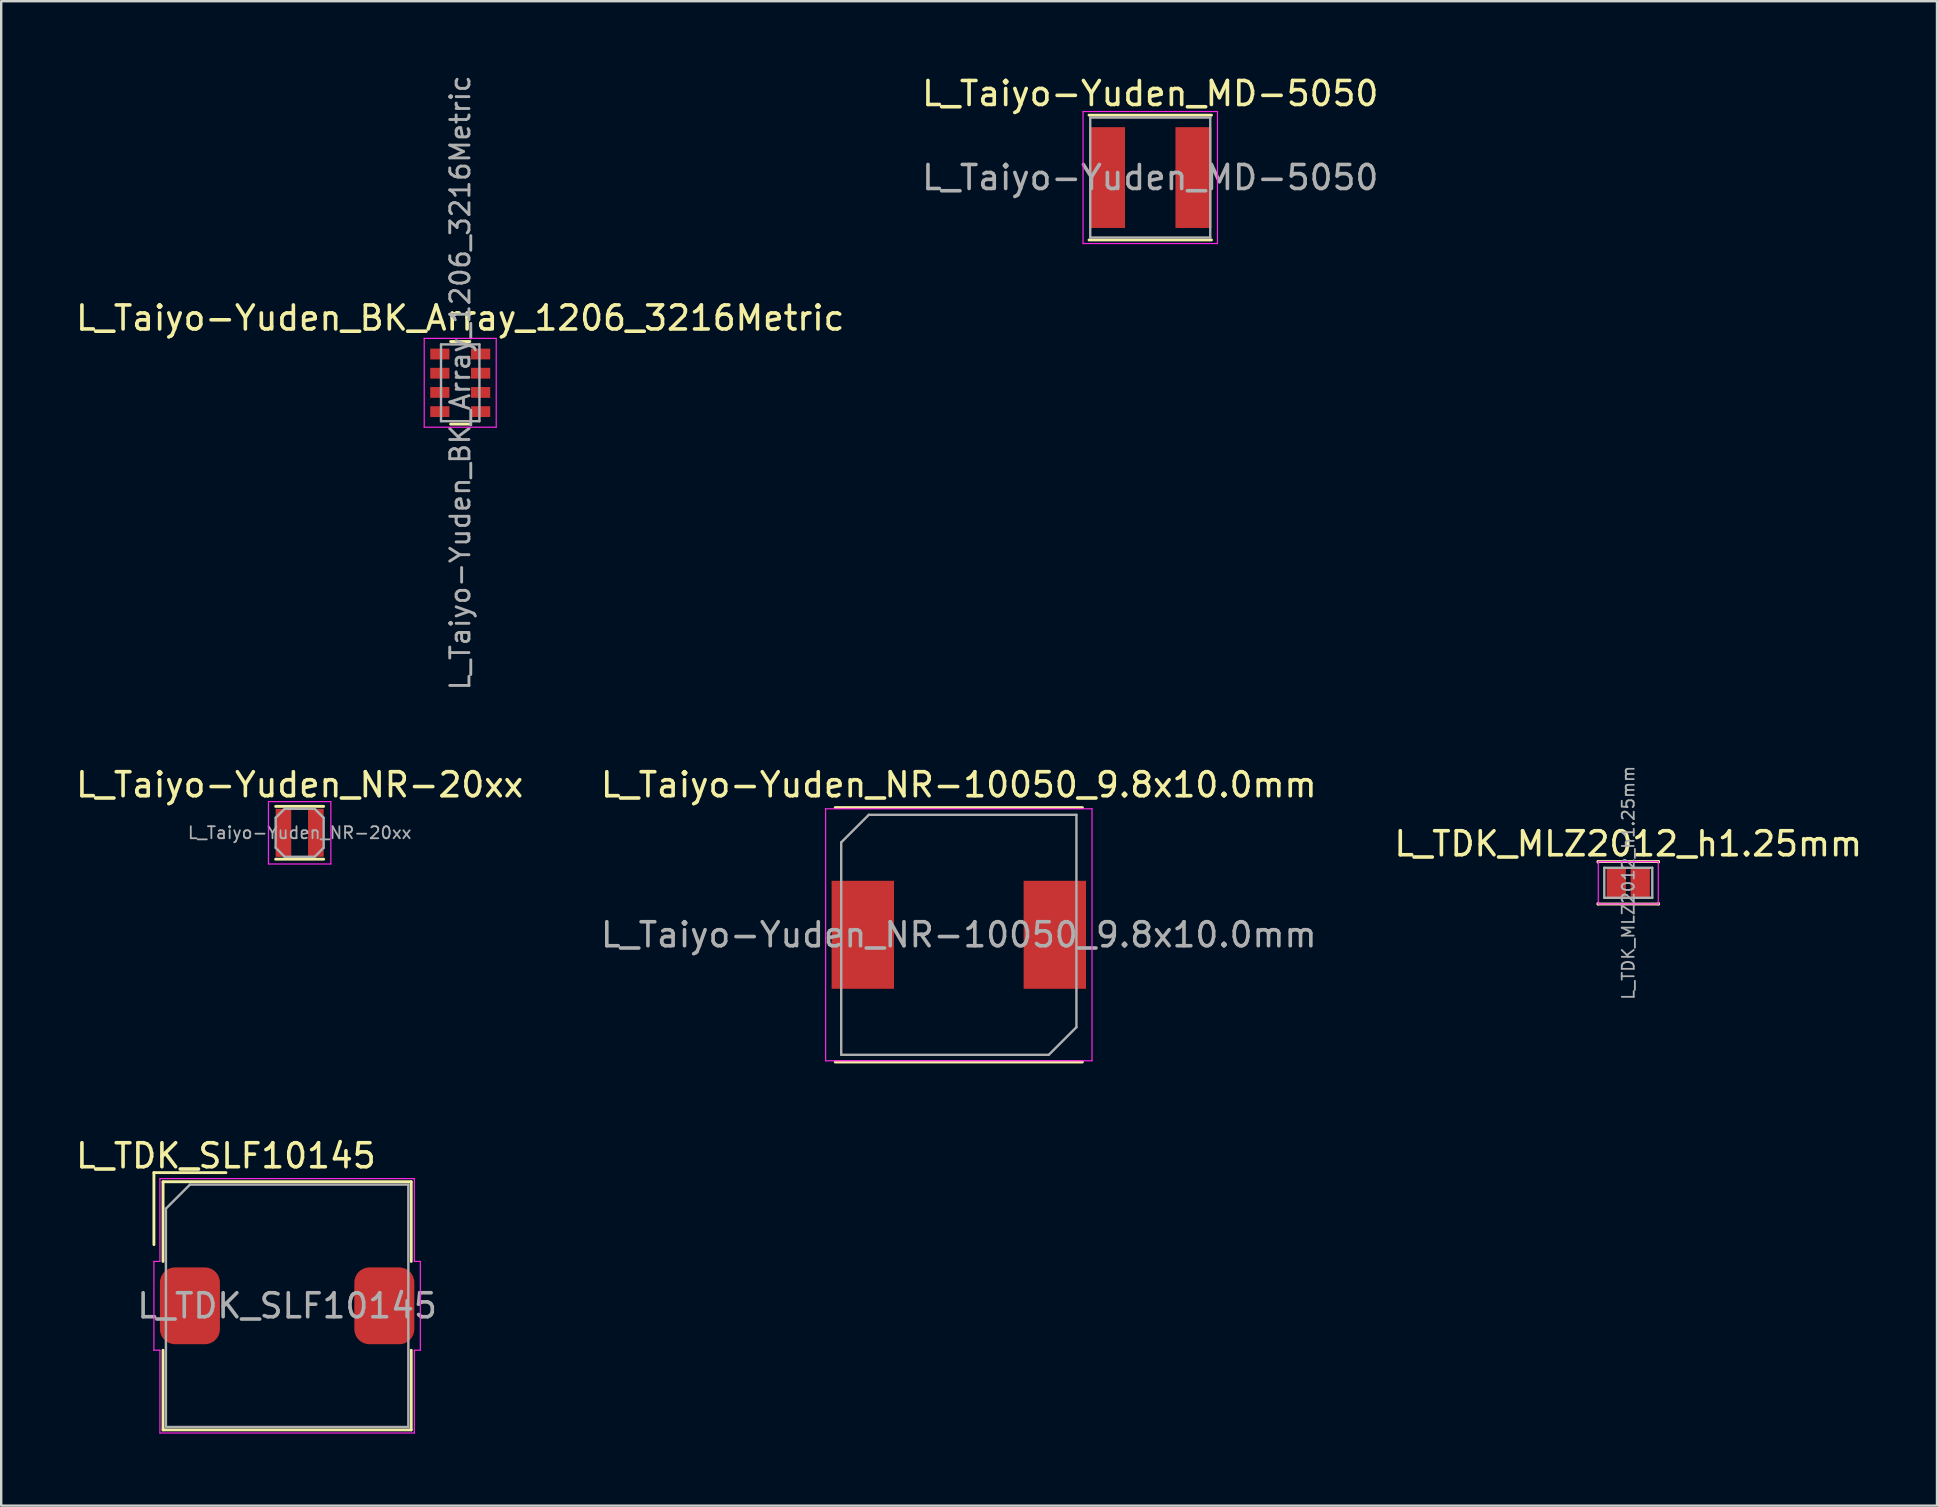
<source format=kicad_pcb>
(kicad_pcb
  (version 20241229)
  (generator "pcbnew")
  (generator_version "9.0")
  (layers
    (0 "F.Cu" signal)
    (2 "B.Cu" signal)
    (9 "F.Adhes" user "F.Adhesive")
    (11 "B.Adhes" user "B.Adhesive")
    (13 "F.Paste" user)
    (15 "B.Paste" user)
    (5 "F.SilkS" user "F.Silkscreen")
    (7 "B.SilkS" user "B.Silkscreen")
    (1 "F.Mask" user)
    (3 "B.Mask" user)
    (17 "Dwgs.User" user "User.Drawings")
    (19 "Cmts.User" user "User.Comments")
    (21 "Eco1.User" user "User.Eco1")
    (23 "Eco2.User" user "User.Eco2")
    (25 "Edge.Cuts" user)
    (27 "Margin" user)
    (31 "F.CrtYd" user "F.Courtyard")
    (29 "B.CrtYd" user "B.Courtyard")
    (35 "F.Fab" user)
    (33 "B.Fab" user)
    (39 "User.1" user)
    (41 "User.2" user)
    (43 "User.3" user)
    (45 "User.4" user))
  (footprint "L_Taiyo-Yuden_NR-10050_9.8x10.0mm"
    (layer "F.Cu")
    (at 36.899 35.898)
    (property "Reference" "L_Taiyo-Yuden_NR-10050_9.8x10.0mm" (at 0 -6.25 0) (layer "F.SilkS") (effects (font (size 1 1) (thickness 0.15))))
    (attr smd)
    (fp_line (start -5.15 -5.3) (end 5.15 -5.3) (stroke (width 0.12) (type solid)) (layer "F.SilkS"))
    (fp_line (start -5.15 5.3) (end 5.15 5.3) (stroke (width 0.12) (type solid)) (layer "F.SilkS"))
    (fp_line (start -5.55 -5.25) (end -5.55 5.25) (stroke (width 0.05) (type solid)) (layer "F.CrtYd"))
    (fp_line (start -5.55 5.25) (end 5.55 5.25) (stroke (width 0.05) (type solid)) (layer "F.CrtYd"))
    (fp_line (start 5.55 -5.25) (end -5.55 -5.25) (stroke (width 0.05) (type solid)) (layer "F.CrtYd"))
    (fp_line (start 5.55 5.25) (end 5.55 -5.25) (stroke (width 0.05) (type solid)) (layer "F.CrtYd"))
    (fp_line (start -4.9 -3.85) (end -4.9 5) (stroke (width 0.1) (type solid)) (layer "F.Fab"))
    (fp_line (start -4.9 -3.85) (end -3.75 -5) (stroke (width 0.1) (type solid)) (layer "F.Fab"))
    (fp_line (start -4.9 5) (end 3.75 5) (stroke (width 0.1) (type solid)) (layer "F.Fab"))
    (fp_line (start 3.75 5) (end 4.9 3.85) (stroke (width 0.1) (type solid)) (layer "F.Fab"))
    (fp_line (start 4.9 -5) (end -3.75 -5) (stroke (width 0.1) (type solid)) (layer "F.Fab"))
    (fp_line (start 4.9 3.85) (end 4.9 -5) (stroke (width 0.1) (type solid)) (layer "F.Fab"))
    (fp_text user "${REFERENCE}" (at 0 0 0) (layer "F.Fab") (effects (font (size 1 1) (thickness 0.15))))
    (pad "1" smd rect (at -4 0) (size 2.6 4.5) (layers "F.Cu" "F.Mask" "F.Paste"))
    (pad "2" smd rect (at 4 0) (size 2.6 4.5) (layers "F.Cu" "F.Mask" "F.Paste")))
  (footprint "L_Taiyo-Yuden_BK_Array_1206_3216Metric"
    (layer "F.Cu")
    (at 16.125 12.9)
    (property "Reference" "L_Taiyo-Yuden_BK_Array_1206_3216Metric" (at 0 -2.7 0) (layer "F.SilkS") (effects (font (size 1 1) (thickness 0.15))))
    (attr smd)
    (fp_line (start -0.4 -1.72) (end 0.4 -1.72) (stroke (width 0.12) (type solid)) (layer "F.SilkS"))
    (fp_line (start -0.4 1.72) (end 0.4 1.72) (stroke (width 0.12) (type solid)) (layer "F.SilkS"))
    (fp_line (start -1.5 -1.85) (end 1.5 -1.85) (stroke (width 0.05) (type solid)) (layer "F.CrtYd"))
    (fp_line (start -1.5 1.85) (end -1.5 -1.85) (stroke (width 0.05) (type solid)) (layer "F.CrtYd"))
    (fp_line (start 1.5 -1.85) (end 1.5 1.85) (stroke (width 0.05) (type solid)) (layer "F.CrtYd"))
    (fp_line (start 1.5 1.85) (end -1.5 1.85) (stroke (width 0.05) (type solid)) (layer "F.CrtYd"))
    (fp_line (start -0.8 -1.6) (end 0.8 -1.6) (stroke (width 0.1) (type solid)) (layer "F.Fab"))
    (fp_line (start -0.8 1.6) (end -0.8 -1.6) (stroke (width 0.1) (type solid)) (layer "F.Fab"))
    (fp_line (start 0.8 -1.6) (end 0.8 1.6) (stroke (width 0.1) (type solid)) (layer "F.Fab"))
    (fp_line (start 0.8 1.6) (end -0.8 1.6) (stroke (width 0.1) (type solid)) (layer "F.Fab"))
    (fp_text user "${REFERENCE}" (at 0 0 90) (layer "F.Fab") (effects (font (size 0.8 0.8) (thickness 0.12))))
    (pad "1" smd rect (at -0.85 -1.2) (size 0.8 0.45) (layers "F.Cu" "F.Mask" "F.Paste"))
    (pad "2" smd rect (at -0.85 -0.4) (size 0.8 0.45) (layers "F.Cu" "F.Mask" "F.Paste"))
    (pad "3" smd rect (at -0.85 0.4) (size 0.8 0.45) (layers "F.Cu" "F.Mask" "F.Paste"))
    (pad "4" smd rect (at -0.85 1.2) (size 0.8 0.45) (layers "F.Cu" "F.Mask" "F.Paste"))
    (pad "5" smd rect (at 0.85 1.2) (size 0.8 0.45) (layers "F.Cu" "F.Mask" "F.Paste"))
    (pad "6" smd rect (at 0.85 0.4) (size 0.8 0.45) (layers "F.Cu" "F.Mask" "F.Paste"))
    (pad "7" smd rect (at 0.85 -0.4) (size 0.8 0.45) (layers "F.Cu" "F.Mask" "F.Paste"))
    (pad "8" smd rect (at 0.85 -1.2) (size 0.8 0.45) (layers "F.Cu" "F.Mask" "F.Paste")))
  (footprint "L_Taiyo-Yuden_NR-20xx"
    (layer "F.Cu")
    (at 9.435 31.648)
    (property "Reference" "L_Taiyo-Yuden_NR-20xx" (at 0 -2 0) (layer "F.SilkS") (effects (font (size 1 1) (thickness 0.15))))
    (attr smd)
    (fp_line (start -1 -1.1) (end 1 -1.1) (stroke (width 0.12) (type solid)) (layer "F.SilkS"))
    (fp_line (start -1 1.1) (end 1 1.1) (stroke (width 0.12) (type solid)) (layer "F.SilkS"))
    (fp_line (start -1.3 -1.3) (end -1.3 1.3) (stroke (width 0.05) (type solid)) (layer "F.CrtYd"))
    (fp_line (start -1.3 1.3) (end 1.3 1.3) (stroke (width 0.05) (type solid)) (layer "F.CrtYd"))
    (fp_line (start 1.3 -1.3) (end -1.3 -1.3) (stroke (width 0.05) (type solid)) (layer "F.CrtYd"))
    (fp_line (start 1.3 1.3) (end 1.3 -1.3) (stroke (width 0.05) (type solid)) (layer "F.CrtYd"))
    (fp_line (start -1 -0.625) (end -1 0.625) (stroke (width 0.1) (type solid)) (layer "F.Fab"))
    (fp_line (start -1 -0.625) (end -0.625 -1) (stroke (width 0.1) (type solid)) (layer "F.Fab"))
    (fp_line (start -1 0.625) (end -0.625 1) (stroke (width 0.1) (type solid)) (layer "F.Fab"))
    (fp_line (start -0.625 -1) (end 0.625 -1) (stroke (width 0.1) (type solid)) (layer "F.Fab"))
    (fp_line (start -0.625 1) (end 0.625 1) (stroke (width 0.1) (type solid)) (layer "F.Fab"))
    (fp_line (start 1 -0.625) (end 0.625 -1) (stroke (width 0.1) (type solid)) (layer "F.Fab"))
    (fp_line (start 1 0.625) (end 0.625 1) (stroke (width 0.1) (type solid)) (layer "F.Fab"))
    (fp_line (start 1 0.625) (end 1 -0.625) (stroke (width 0.1) (type solid)) (layer "F.Fab"))
    (fp_text user "${REFERENCE}" (at 0 0 0) (layer "F.Fab") (effects (font (size 0.5 0.5) (thickness 0.075))))
    (pad "1" smd rect (at -0.675 0) (size 0.65 2) (layers "F.Cu" "F.Mask" "F.Paste"))
    (pad "2" smd rect (at 0.675 0) (size 0.65 2) (layers "F.Cu" "F.Mask" "F.Paste")))
  (footprint "L_TDK_SLF10145"
    (layer "F.Cu")
    (at 8.913 51.357)
    (property "Reference" "L_TDK_SLF10145" (at -2.55 -6.25 0) (layer "F.SilkS") (effects (font (size 1 1) (thickness 0.15))))
    (attr smd)
    (fp_line (start -5.55 -5.55) (end -2.55 -5.55) (stroke (width 0.12) (type solid)) (layer "F.SilkS"))
    (fp_line (start -5.55 -2.55) (end -5.55 -5.55) (stroke (width 0.12) (type solid)) (layer "F.SilkS"))
    (fp_line (start -5.17 -5.17) (end -5.17 -1.85) (stroke (width 0.12) (type solid)) (layer "F.SilkS"))
    (fp_line (start -5.17 -5.17) (end 5.17 -5.17) (stroke (width 0.12) (type solid)) (layer "F.SilkS"))
    (fp_line (start -5.17 1.85) (end -5.17 5.17) (stroke (width 0.12) (type solid)) (layer "F.SilkS"))
    (fp_line (start -5.17 5.17) (end 5.17 5.17) (stroke (width 0.12) (type solid)) (layer "F.SilkS"))
    (fp_line (start 5.17 -5.17) (end 5.17 -1.85) (stroke (width 0.12) (type solid)) (layer "F.SilkS"))
    (fp_line (start 5.17 1.85) (end 5.17 5.17) (stroke (width 0.12) (type solid)) (layer "F.SilkS"))
    (fp_line (start -5.55 -1.85) (end -5.55 1.85) (stroke (width 0.05) (type solid)) (layer "F.CrtYd"))
    (fp_line (start -5.55 1.85) (end -5.3 1.85) (stroke (width 0.05) (type solid)) (layer "F.CrtYd"))
    (fp_line (start -5.3 -5.3) (end -5.3 -1.85) (stroke (width 0.05) (type solid)) (layer "F.CrtYd"))
    (fp_line (start -5.3 -5.3) (end 5.3 -5.3) (stroke (width 0.05) (type solid)) (layer "F.CrtYd"))
    (fp_line (start -5.3 -1.85) (end -5.55 -1.85) (stroke (width 0.05) (type solid)) (layer "F.CrtYd"))
    (fp_line (start -5.3 1.85) (end -5.3 5.3) (stroke (width 0.05) (type solid)) (layer "F.CrtYd"))
    (fp_line (start -5.3 5.3) (end 5.3 5.3) (stroke (width 0.05) (type solid)) (layer "F.CrtYd"))
    (fp_line (start 5.3 -5.3) (end 5.3 -1.85) (stroke (width 0.05) (type solid)) (layer "F.CrtYd"))
    (fp_line (start 5.3 -1.85) (end 5.55 -1.85) (stroke (width 0.05) (type solid)) (layer "F.CrtYd"))
    (fp_line (start 5.3 1.85) (end 5.3 5.3) (stroke (width 0.05) (type solid)) (layer "F.CrtYd"))
    (fp_line (start 5.55 -1.85) (end 5.55 1.85) (stroke (width 0.05) (type solid)) (layer "F.CrtYd"))
    (fp_line (start 5.55 1.85) (end 5.3 1.85) (stroke (width 0.05) (type solid)) (layer "F.CrtYd"))
    (fp_line (start -5.05 -4.05) (end -4.05 -5.05) (stroke (width 0.1) (type solid)) (layer "F.Fab"))
    (fp_line (start -5.05 5.05) (end -5.05 -4.05) (stroke (width 0.1) (type solid)) (layer "F.Fab"))
    (fp_line (start -4.05 -5.05) (end 5.05 -5.05) (stroke (width 0.1) (type solid)) (layer "F.Fab"))
    (fp_line (start 5.05 -5.05) (end 5.05 5.05) (stroke (width 0.1) (type solid)) (layer "F.Fab"))
    (fp_line (start 5.05 5.05) (end -5.05 5.05) (stroke (width 0.1) (type solid)) (layer "F.Fab"))
    (fp_text user "${REFERENCE}" (at 0 0 0) (layer "F.Fab") (effects (font (size 1 1) (thickness 0.15))))
    (pad "1" smd roundrect (at -4.05 0) (size 2.5 3.2) (layers "F.Cu" "F.Mask" "F.Paste") (roundrect_rratio 0.25))
    (pad "2" smd roundrect (at 4.05 0) (size 2.5 3.2) (layers "F.Cu" "F.Mask" "F.Paste") (roundrect_rratio 0.25)))
  (footprint "L_Taiyo-Yuden_MD-5050"
    (layer "F.Cu")
    (at 44.875 4.348)
    (property "Reference" "L_Taiyo-Yuden_MD-5050" (at 0 -3.5 0) (layer "F.SilkS") (effects (font (size 1 1) (thickness 0.15))))
    (attr smd)
    (fp_line (start -2.55 -2.6) (end 2.55 -2.6) (stroke (width 0.12) (type solid)) (layer "F.SilkS"))
    (fp_line (start -2.55 2.6) (end 2.55 2.6) (stroke (width 0.12) (type solid)) (layer "F.SilkS"))
    (fp_line (start -2.8 -2.75) (end -2.8 2.75) (stroke (width 0.05) (type solid)) (layer "F.CrtYd"))
    (fp_line (start -2.8 2.75) (end 2.8 2.75) (stroke (width 0.05) (type solid)) (layer "F.CrtYd"))
    (fp_line (start 2.8 -2.75) (end -2.8 -2.75) (stroke (width 0.05) (type solid)) (layer "F.CrtYd"))
    (fp_line (start 2.8 2.75) (end 2.8 -2.75) (stroke (width 0.05) (type solid)) (layer "F.CrtYd"))
    (fp_line (start -2.5 -2.5) (end -2.5 2.5) (stroke (width 0.1) (type solid)) (layer "F.Fab"))
    (fp_line (start -2.5 2.5) (end 2.5 2.5) (stroke (width 0.1) (type solid)) (layer "F.Fab"))
    (fp_line (start 2.5 -2.5) (end -2.5 -2.5) (stroke (width 0.1) (type solid)) (layer "F.Fab"))
    (fp_line (start 2.5 2.5) (end 2.5 -2.5) (stroke (width 0.1) (type solid)) (layer "F.Fab"))
    (fp_text user "${REFERENCE}" (at 0 0 0) (layer "F.Fab") (effects (font (size 1 1) (thickness 0.15))))
    (pad "1" smd rect (at -1.8 0) (size 1.5 4.2) (layers "F.Cu" "F.Mask" "F.Paste"))
    (pad "2" smd rect (at 1.8 0) (size 1.5 4.2) (layers "F.Cu" "F.Mask" "F.Paste")))
  (footprint "L_TDK_MLZ2012_h1.25mm"
    (layer "F.Cu")
    (at 64.792 33.732)
    (property "Reference" "L_TDK_MLZ2012_h1.25mm" (at 0 -1.625 0) (layer "F.SilkS") (effects (font (size 1 1) (thickness 0.15))))
    (attr smd)
    (fp_line (start -1.26 -0.885) (end -1.26 -0.86) (stroke (width 0.12) (type solid)) (layer "F.SilkS"))
    (fp_line (start -1.26 -0.885) (end 1.26 -0.885) (stroke (width 0.12) (type solid)) (layer "F.SilkS"))
    (fp_line (start -1.26 0.885) (end -1.26 0.86) (stroke (width 0.12) (type solid)) (layer "F.SilkS"))
    (fp_line (start -1.26 0.885) (end 1.26 0.885) (stroke (width 0.12) (type solid)) (layer "F.SilkS"))
    (fp_line (start 1.26 -0.885) (end 1.26 -0.86) (stroke (width 0.12) (type solid)) (layer "F.SilkS"))
    (fp_line (start 1.26 0.885) (end 1.26 0.86) (stroke (width 0.12) (type solid)) (layer "F.SilkS"))
    (fp_line (start -1.25 -0.88) (end -1.25 0.88) (stroke (width 0.05) (type solid)) (layer "F.CrtYd"))
    (fp_line (start -1.25 0.88) (end 1.25 0.88) (stroke (width 0.05) (type solid)) (layer "F.CrtYd"))
    (fp_line (start 1.25 -0.88) (end -1.25 -0.88) (stroke (width 0.05) (type solid)) (layer "F.CrtYd"))
    (fp_line (start 1.25 0.88) (end 1.25 -0.88) (stroke (width 0.05) (type solid)) (layer "F.CrtYd"))
    (fp_line (start -1 -0.625) (end -1 0.625) (stroke (width 0.1) (type solid)) (layer "F.Fab"))
    (fp_line (start -1 0.625) (end 1 0.625) (stroke (width 0.1) (type solid)) (layer "F.Fab"))
    (fp_line (start 1 -0.625) (end -1 -0.625) (stroke (width 0.1) (type solid)) (layer "F.Fab"))
    (fp_line (start 1 0.625) (end 1 -0.625) (stroke (width 0.1) (type solid)) (layer "F.Fab"))
    (fp_text user "${REFERENCE}" (at 0 0 90) (layer "F.Fab") (effects (font (size 0.5 0.5) (thickness 0.075))))
    (pad "1" smd rect (at -0.5 0) (size 0.8 1.2) (layers "F.Cu" "F.Mask" "F.Paste"))
    (pad "2" smd rect (at 0.5 0) (size 0.8 1.2) (layers "F.Cu" "F.Mask" "F.Paste")))
  (gr_rect
    (start -3 -3)
    (end 77.655 59.682)
    (stroke (width 0.1) (type default))
    (fill no)
    (layer "Edge.Cuts")))
</source>
